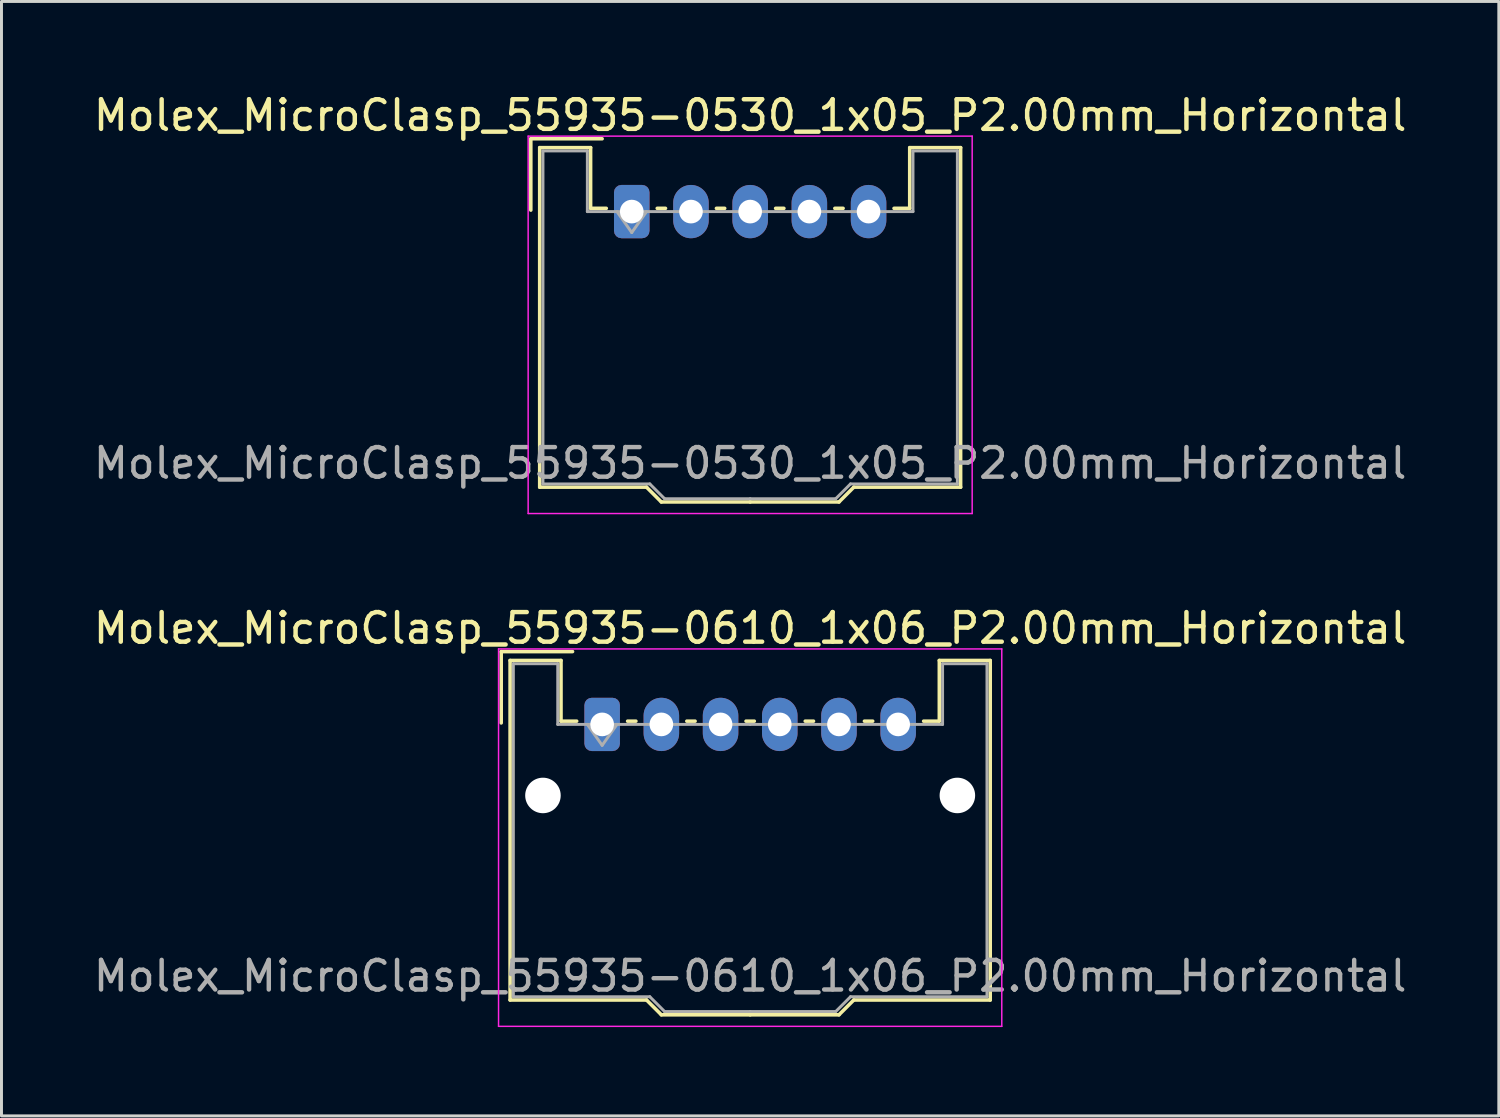
<source format=kicad_pcb>
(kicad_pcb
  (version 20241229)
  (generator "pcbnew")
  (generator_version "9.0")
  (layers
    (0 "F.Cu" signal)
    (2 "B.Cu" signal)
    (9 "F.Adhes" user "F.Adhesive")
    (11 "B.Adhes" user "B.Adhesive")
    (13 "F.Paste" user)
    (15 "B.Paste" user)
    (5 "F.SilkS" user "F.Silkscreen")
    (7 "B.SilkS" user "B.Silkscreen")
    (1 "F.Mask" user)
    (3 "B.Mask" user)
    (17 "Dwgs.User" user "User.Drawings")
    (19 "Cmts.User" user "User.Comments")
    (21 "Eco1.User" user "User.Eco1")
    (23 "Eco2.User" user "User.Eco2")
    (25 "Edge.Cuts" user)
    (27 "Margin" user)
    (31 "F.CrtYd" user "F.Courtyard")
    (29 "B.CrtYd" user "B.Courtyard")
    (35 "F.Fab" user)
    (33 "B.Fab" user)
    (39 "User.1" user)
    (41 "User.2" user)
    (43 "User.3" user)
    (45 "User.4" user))
  (footprint "Molex_MicroClasp_55935-0530_1x05_P2.00mm_Horizontal"
    (layer "F.Cu")
    (at 18.292 4.098)
    (property "Reference" "Molex_MicroClasp_55935-0530_1x05_P2.00mm_Horizontal" (at 4 -3.25 0) (layer "F.SilkS") (effects (font (size 1 1) (thickness 0.15))))
    (attr through_hole)
    (fp_line (start -3.41 -2.46) (end -1 -2.46) (stroke (width 0.12) (type solid)) (layer "F.SilkS"))
    (fp_line (start -3.41 -0.05) (end -3.41 -2.46) (stroke (width 0.12) (type solid)) (layer "F.SilkS"))
    (fp_line (start -3.11 -2.16) (end -1.39 -2.16) (stroke (width 0.12) (type solid)) (layer "F.SilkS"))
    (fp_line (start -3.11 9.31) (end -3.11 -2.16) (stroke (width 0.12) (type solid)) (layer "F.SilkS"))
    (fp_line (start -1.39 -2.16) (end -1.39 -0.11) (stroke (width 0.12) (type solid)) (layer "F.SilkS"))
    (fp_line (start -1.39 -0.11) (end -0.86 -0.11) (stroke (width 0.12) (type solid)) (layer "F.SilkS"))
    (fp_line (start 0.5 9.31) (end -3.11 9.31) (stroke (width 0.12) (type solid)) (layer "F.SilkS"))
    (fp_line (start 0.86 -0.11) (end 1.14 -0.11) (stroke (width 0.12) (type solid)) (layer "F.SilkS"))
    (fp_line (start 1 9.81) (end 0.5 9.31) (stroke (width 0.12) (type solid)) (layer "F.SilkS"))
    (fp_line (start 2.86 -0.11) (end 3.14 -0.11) (stroke (width 0.12) (type solid)) (layer "F.SilkS"))
    (fp_line (start 4 9.81) (end 1 9.81) (stroke (width 0.12) (type solid)) (layer "F.SilkS"))
    (fp_line (start 4 9.81) (end 7 9.81) (stroke (width 0.12) (type solid)) (layer "F.SilkS"))
    (fp_line (start 4.86 -0.11) (end 5.14 -0.11) (stroke (width 0.12) (type solid)) (layer "F.SilkS"))
    (fp_line (start 6.86 -0.11) (end 7.14 -0.11) (stroke (width 0.12) (type solid)) (layer "F.SilkS"))
    (fp_line (start 7 9.81) (end 7.5 9.31) (stroke (width 0.12) (type solid)) (layer "F.SilkS"))
    (fp_line (start 7.5 9.31) (end 11.11 9.31) (stroke (width 0.12) (type solid)) (layer "F.SilkS"))
    (fp_line (start 9.39 -2.16) (end 9.39 -0.11) (stroke (width 0.12) (type solid)) (layer "F.SilkS"))
    (fp_line (start 9.39 -0.11) (end 8.86 -0.11) (stroke (width 0.12) (type solid)) (layer "F.SilkS"))
    (fp_line (start 11.11 -2.16) (end 9.39 -2.16) (stroke (width 0.12) (type solid)) (layer "F.SilkS"))
    (fp_line (start 11.11 9.31) (end 11.11 -2.16) (stroke (width 0.12) (type solid)) (layer "F.SilkS"))
    (fp_line (start -3.5 -2.55) (end -3.5 10.2) (stroke (width 0.05) (type solid)) (layer "F.CrtYd"))
    (fp_line (start -3.5 10.2) (end 11.5 10.2) (stroke (width 0.05) (type solid)) (layer "F.CrtYd"))
    (fp_line (start 11.5 -2.55) (end -3.5 -2.55) (stroke (width 0.05) (type solid)) (layer "F.CrtYd"))
    (fp_line (start 11.5 10.2) (end 11.5 -2.55) (stroke (width 0.05) (type solid)) (layer "F.CrtYd"))
    (fp_line (start -3 -2.05) (end -1.5 -2.05) (stroke (width 0.1) (type solid)) (layer "F.Fab"))
    (fp_line (start -3 9.2) (end -3 -2.05) (stroke (width 0.1) (type solid)) (layer "F.Fab"))
    (fp_line (start -1.5 -2.05) (end -1.5 0) (stroke (width 0.1) (type solid)) (layer "F.Fab"))
    (fp_line (start -1.5 0) (end 4 0) (stroke (width 0.1) (type solid)) (layer "F.Fab"))
    (fp_line (start -0.5 0) (end 0 0.707) (stroke (width 0.1) (type solid)) (layer "F.Fab"))
    (fp_line (start 0 0.707) (end 0.5 0) (stroke (width 0.1) (type solid)) (layer "F.Fab"))
    (fp_line (start 0.61 9.2) (end -3 9.2) (stroke (width 0.1) (type solid)) (layer "F.Fab"))
    (fp_line (start 1.11 9.7) (end 0.61 9.2) (stroke (width 0.1) (type solid)) (layer "F.Fab"))
    (fp_line (start 4 9.7) (end 1.11 9.7) (stroke (width 0.1) (type solid)) (layer "F.Fab"))
    (fp_line (start 4 9.7) (end 6.89 9.7) (stroke (width 0.1) (type solid)) (layer "F.Fab"))
    (fp_line (start 6.89 9.7) (end 7.39 9.2) (stroke (width 0.1) (type solid)) (layer "F.Fab"))
    (fp_line (start 7.39 9.2) (end 11 9.2) (stroke (width 0.1) (type solid)) (layer "F.Fab"))
    (fp_line (start 9.5 -2.05) (end 9.5 0) (stroke (width 0.1) (type solid)) (layer "F.Fab"))
    (fp_line (start 9.5 0) (end 4 0) (stroke (width 0.1) (type solid)) (layer "F.Fab"))
    (fp_line (start 11 -2.05) (end 9.5 -2.05) (stroke (width 0.1) (type solid)) (layer "F.Fab"))
    (fp_line (start 11 9.2) (end 11 -2.05) (stroke (width 0.1) (type solid)) (layer "F.Fab"))
    (fp_text user "${REFERENCE}" (at 4 8.5 0) (layer "F.Fab") (effects (font (size 1 1) (thickness 0.15))))
    (pad "1" thru_hole roundrect (at 0 0) (size 1.2 1.8) (drill 0.8) (layers "*.Cu" "*.Mask") (roundrect_rratio 0.208))
    (pad "2" thru_hole oval (at 2 0) (size 1.2 1.8) (drill 0.8) (layers "*.Cu" "*.Mask"))
    (pad "3" thru_hole oval (at 4 0) (size 1.2 1.8) (drill 0.8) (layers "*.Cu" "*.Mask"))
    (pad "4" thru_hole oval (at 6 0) (size 1.2 1.8) (drill 0.8) (layers "*.Cu" "*.Mask"))
    (pad "5" thru_hole oval (at 8 0) (size 1.2 1.8) (drill 0.8) (layers "*.Cu" "*.Mask")))
  (footprint "Molex_MicroClasp_55935-0610_1x06_P2.00mm_Horizontal"
    (layer "F.Cu")
    (at 17.292 21.422)
    (property "Reference" "Molex_MicroClasp_55935-0610_1x06_P2.00mm_Horizontal" (at 5 -3.25 0) (layer "F.SilkS") (effects (font (size 1 1) (thickness 0.15))))
    (attr through_hole)
    (fp_line (start -3.41 -2.46) (end -1 -2.46) (stroke (width 0.12) (type solid)) (layer "F.SilkS"))
    (fp_line (start -3.41 -0.05) (end -3.41 -2.46) (stroke (width 0.12) (type solid)) (layer "F.SilkS"))
    (fp_line (start -3.11 -2.16) (end -1.39 -2.16) (stroke (width 0.12) (type solid)) (layer "F.SilkS"))
    (fp_line (start -3.11 9.31) (end -3.11 -2.16) (stroke (width 0.12) (type solid)) (layer "F.SilkS"))
    (fp_line (start -1.39 -2.16) (end -1.39 -0.11) (stroke (width 0.12) (type solid)) (layer "F.SilkS"))
    (fp_line (start -1.39 -0.11) (end -0.86 -0.11) (stroke (width 0.12) (type solid)) (layer "F.SilkS"))
    (fp_line (start 0.86 -0.11) (end 1.14 -0.11) (stroke (width 0.12) (type solid)) (layer "F.SilkS"))
    (fp_line (start 1.5 9.31) (end -3.11 9.31) (stroke (width 0.12) (type solid)) (layer "F.SilkS"))
    (fp_line (start 2 9.81) (end 1.5 9.31) (stroke (width 0.12) (type solid)) (layer "F.SilkS"))
    (fp_line (start 2.86 -0.11) (end 3.14 -0.11) (stroke (width 0.12) (type solid)) (layer "F.SilkS"))
    (fp_line (start 4.86 -0.11) (end 5.14 -0.11) (stroke (width 0.12) (type solid)) (layer "F.SilkS"))
    (fp_line (start 5 9.81) (end 2 9.81) (stroke (width 0.12) (type solid)) (layer "F.SilkS"))
    (fp_line (start 5 9.81) (end 8 9.81) (stroke (width 0.12) (type solid)) (layer "F.SilkS"))
    (fp_line (start 6.86 -0.11) (end 7.14 -0.11) (stroke (width 0.12) (type solid)) (layer "F.SilkS"))
    (fp_line (start 8 9.81) (end 8.5 9.31) (stroke (width 0.12) (type solid)) (layer "F.SilkS"))
    (fp_line (start 8.5 9.31) (end 13.11 9.31) (stroke (width 0.12) (type solid)) (layer "F.SilkS"))
    (fp_line (start 8.86 -0.11) (end 9.14 -0.11) (stroke (width 0.12) (type solid)) (layer "F.SilkS"))
    (fp_line (start 11.39 -2.16) (end 11.39 -0.11) (stroke (width 0.12) (type solid)) (layer "F.SilkS"))
    (fp_line (start 11.39 -0.11) (end 10.86 -0.11) (stroke (width 0.12) (type solid)) (layer "F.SilkS"))
    (fp_line (start 13.11 -2.16) (end 11.39 -2.16) (stroke (width 0.12) (type solid)) (layer "F.SilkS"))
    (fp_line (start 13.11 9.31) (end 13.11 -2.16) (stroke (width 0.12) (type solid)) (layer "F.SilkS"))
    (fp_line (start -3.5 -2.55) (end -3.5 10.2) (stroke (width 0.05) (type solid)) (layer "F.CrtYd"))
    (fp_line (start -3.5 10.2) (end 13.5 10.2) (stroke (width 0.05) (type solid)) (layer "F.CrtYd"))
    (fp_line (start 13.5 -2.55) (end -3.5 -2.55) (stroke (width 0.05) (type solid)) (layer "F.CrtYd"))
    (fp_line (start 13.5 10.2) (end 13.5 -2.55) (stroke (width 0.05) (type solid)) (layer "F.CrtYd"))
    (fp_line (start -3 -2.05) (end -1.5 -2.05) (stroke (width 0.1) (type solid)) (layer "F.Fab"))
    (fp_line (start -3 9.2) (end -3 -2.05) (stroke (width 0.1) (type solid)) (layer "F.Fab"))
    (fp_line (start -1.5 -2.05) (end -1.5 0) (stroke (width 0.1) (type solid)) (layer "F.Fab"))
    (fp_line (start -1.5 0) (end 5 0) (stroke (width 0.1) (type solid)) (layer "F.Fab"))
    (fp_line (start -0.5 0) (end 0 0.707) (stroke (width 0.1) (type solid)) (layer "F.Fab"))
    (fp_line (start 0 0.707) (end 0.5 0) (stroke (width 0.1) (type solid)) (layer "F.Fab"))
    (fp_line (start 1.61 9.2) (end -3 9.2) (stroke (width 0.1) (type solid)) (layer "F.Fab"))
    (fp_line (start 2.11 9.7) (end 1.61 9.2) (stroke (width 0.1) (type solid)) (layer "F.Fab"))
    (fp_line (start 5 9.7) (end 2.11 9.7) (stroke (width 0.1) (type solid)) (layer "F.Fab"))
    (fp_line (start 5 9.7) (end 7.89 9.7) (stroke (width 0.1) (type solid)) (layer "F.Fab"))
    (fp_line (start 7.89 9.7) (end 8.39 9.2) (stroke (width 0.1) (type solid)) (layer "F.Fab"))
    (fp_line (start 8.39 9.2) (end 13 9.2) (stroke (width 0.1) (type solid)) (layer "F.Fab"))
    (fp_line (start 11.5 -2.05) (end 11.5 0) (stroke (width 0.1) (type solid)) (layer "F.Fab"))
    (fp_line (start 11.5 0) (end 5 0) (stroke (width 0.1) (type solid)) (layer "F.Fab"))
    (fp_line (start 13 -2.05) (end 11.5 -2.05) (stroke (width 0.1) (type solid)) (layer "F.Fab"))
    (fp_line (start 13 9.2) (end 13 -2.05) (stroke (width 0.1) (type solid)) (layer "F.Fab"))
    (fp_text user "${REFERENCE}" (at 5 8.5 0) (layer "F.Fab") (effects (font (size 1 1) (thickness 0.15))))
    (pad "" np_thru_hole circle (at -2 2.4) (size 1.2 1.2) (drill 1.2) (layers "*.Cu" "*.Mask"))
    (pad "" np_thru_hole circle (at 12 2.4) (size 1.2 1.2) (drill 1.2) (layers "*.Cu" "*.Mask"))
    (pad "1" thru_hole roundrect (at 0 0) (size 1.2 1.8) (drill 0.8) (layers "*.Cu" "*.Mask") (roundrect_rratio 0.208))
    (pad "2" thru_hole oval (at 2 0) (size 1.2 1.8) (drill 0.8) (layers "*.Cu" "*.Mask"))
    (pad "3" thru_hole oval (at 4 0) (size 1.2 1.8) (drill 0.8) (layers "*.Cu" "*.Mask"))
    (pad "4" thru_hole oval (at 6 0) (size 1.2 1.8) (drill 0.8) (layers "*.Cu" "*.Mask"))
    (pad "5" thru_hole oval (at 8 0) (size 1.2 1.8) (drill 0.8) (layers "*.Cu" "*.Mask"))
    (pad "6" thru_hole oval (at 10 0) (size 1.2 1.8) (drill 0.8) (layers "*.Cu" "*.Mask")))
  (gr_rect
    (start -3 -3)
    (end 47.583 34.647)
    (stroke (width 0.1) (type default))
    (fill no)
    (layer "Edge.Cuts")))
</source>
